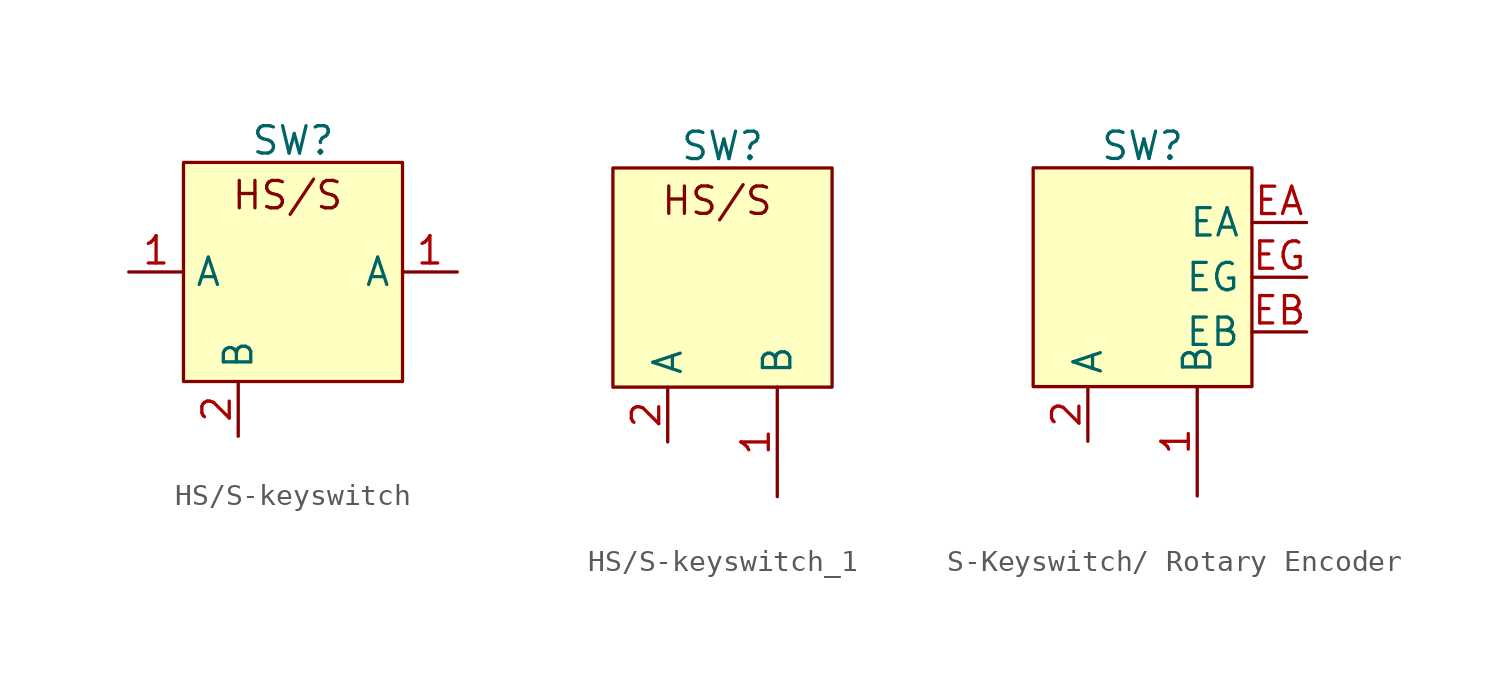
<source format=kicad_sym>
(kicad_symbol_lib
  (version 20231120)
  (generator "kicad_symbol_editor")
  (generator_version "8.0")
  (symbol "HS/S-keyswitch"
    (property "Reference" "SW"
      (at 0 6.096 0)
      (effects (font (size 1.27 1.27))))
    (property "Value" ""
      (at 0 6.096 0)
      (effects (font (size 1.27 1.27))))
    (symbol "HS/S-keyswitch_1_1"
      (rectangle (start -5.08 5.08) (end 5.08 -5.08) (stroke (width 0) (type default)) (fill (type background)))
      (text "HS/S" (at -0.254 3.556 0) (effects (font (size 1.27 1.27))))
      (pin input line (at -7.62 0 0) (length 2.54) (name "A" (effects (font (size 1.27 1.27)))) (number "1" (effects (font (size 1.27 1.27)))))
      (pin input line (at 7.62 0 180) (length 2.54) (name "A" (effects (font (size 1.27 1.27)))) (number "1" (effects (font (size 1.27 1.27)))))
      (pin output line (at -2.54 -7.62 90) (length 2.54) (name "B" (effects (font (size 1.27 1.27)))) (number "2" (effects (font (size 1.27 1.27)))))))
  (symbol "HS/S-keyswitch_1"
    (property "Reference" "SW"
      (at 0 6.096 0)
      (effects (font (size 1.27 1.27))))
    (property "Value" ""
      (at 0 6.096 0)
      (effects (font (size 1.27 1.27))))
    (symbol "HS/S-keyswitch_1_1_1"
      (rectangle (start -5.08 5.08) (end 5.08 -5.08) (stroke (width 0) (type default)) (fill (type background)))
      (text "HS/S" (at -0.254 3.556 0) (effects (font (size 1.27 1.27))))
      (pin output line (at 2.54 -10.16 90) (length 5.08) (name "B" (effects (font (size 1.27 1.27)))) (number "1" (effects (font (size 1.27 1.27)))))
      (pin input line (at -2.54 -7.62 90) (length 2.54) (name "A" (effects (font (size 1.27 1.27)))) (number "2" (effects (font (size 1.27 1.27)))))))
  (symbol "S-Keyswitch/ Rotary Encoder"
    (property "Reference" "SW"
      (at 0 6.096 0)
      (effects (font (size 1.27 1.27))))
    (property "Value" ""
      (at 0 6.096 0)
      (effects (font (size 1.27 1.27))))
    (symbol "S-Keyswitch/ Rotary Encoder_1_1"
      (rectangle (start -5.08 5.08) (end 5.08 -5.08) (stroke (width 0) (type default)) (fill (type background)))
      (pin output line (at 2.54 -10.16 90) (length 5.08) (name "B" (effects (font (size 1.27 1.27)))) (number "1" (effects (font (size 1.27 1.27)))))
      (pin input line (at -2.54 -7.62 90) (length 2.54) (name "A" (effects (font (size 1.27 1.27)))) (number "2" (effects (font (size 1.27 1.27)))))
      (pin bidirectional line (at 7.62 2.54 180) (length 2.54) (name "EA" (effects (font (size 1.27 1.27)))) (number "EA" (effects (font (size 1.27 1.27)))))
      (pin bidirectional line (at 7.62 -2.54 180) (length 2.54) (name "EB" (effects (font (size 1.27 1.27)))) (number "EB" (effects (font (size 1.27 1.27)))))
      (pin bidirectional line (at 7.62 0 180) (length 2.54) (name "EG" (effects (font (size 1.27 1.27)))) (number "EG" (effects (font (size 1.27 1.27))))))))
</source>
